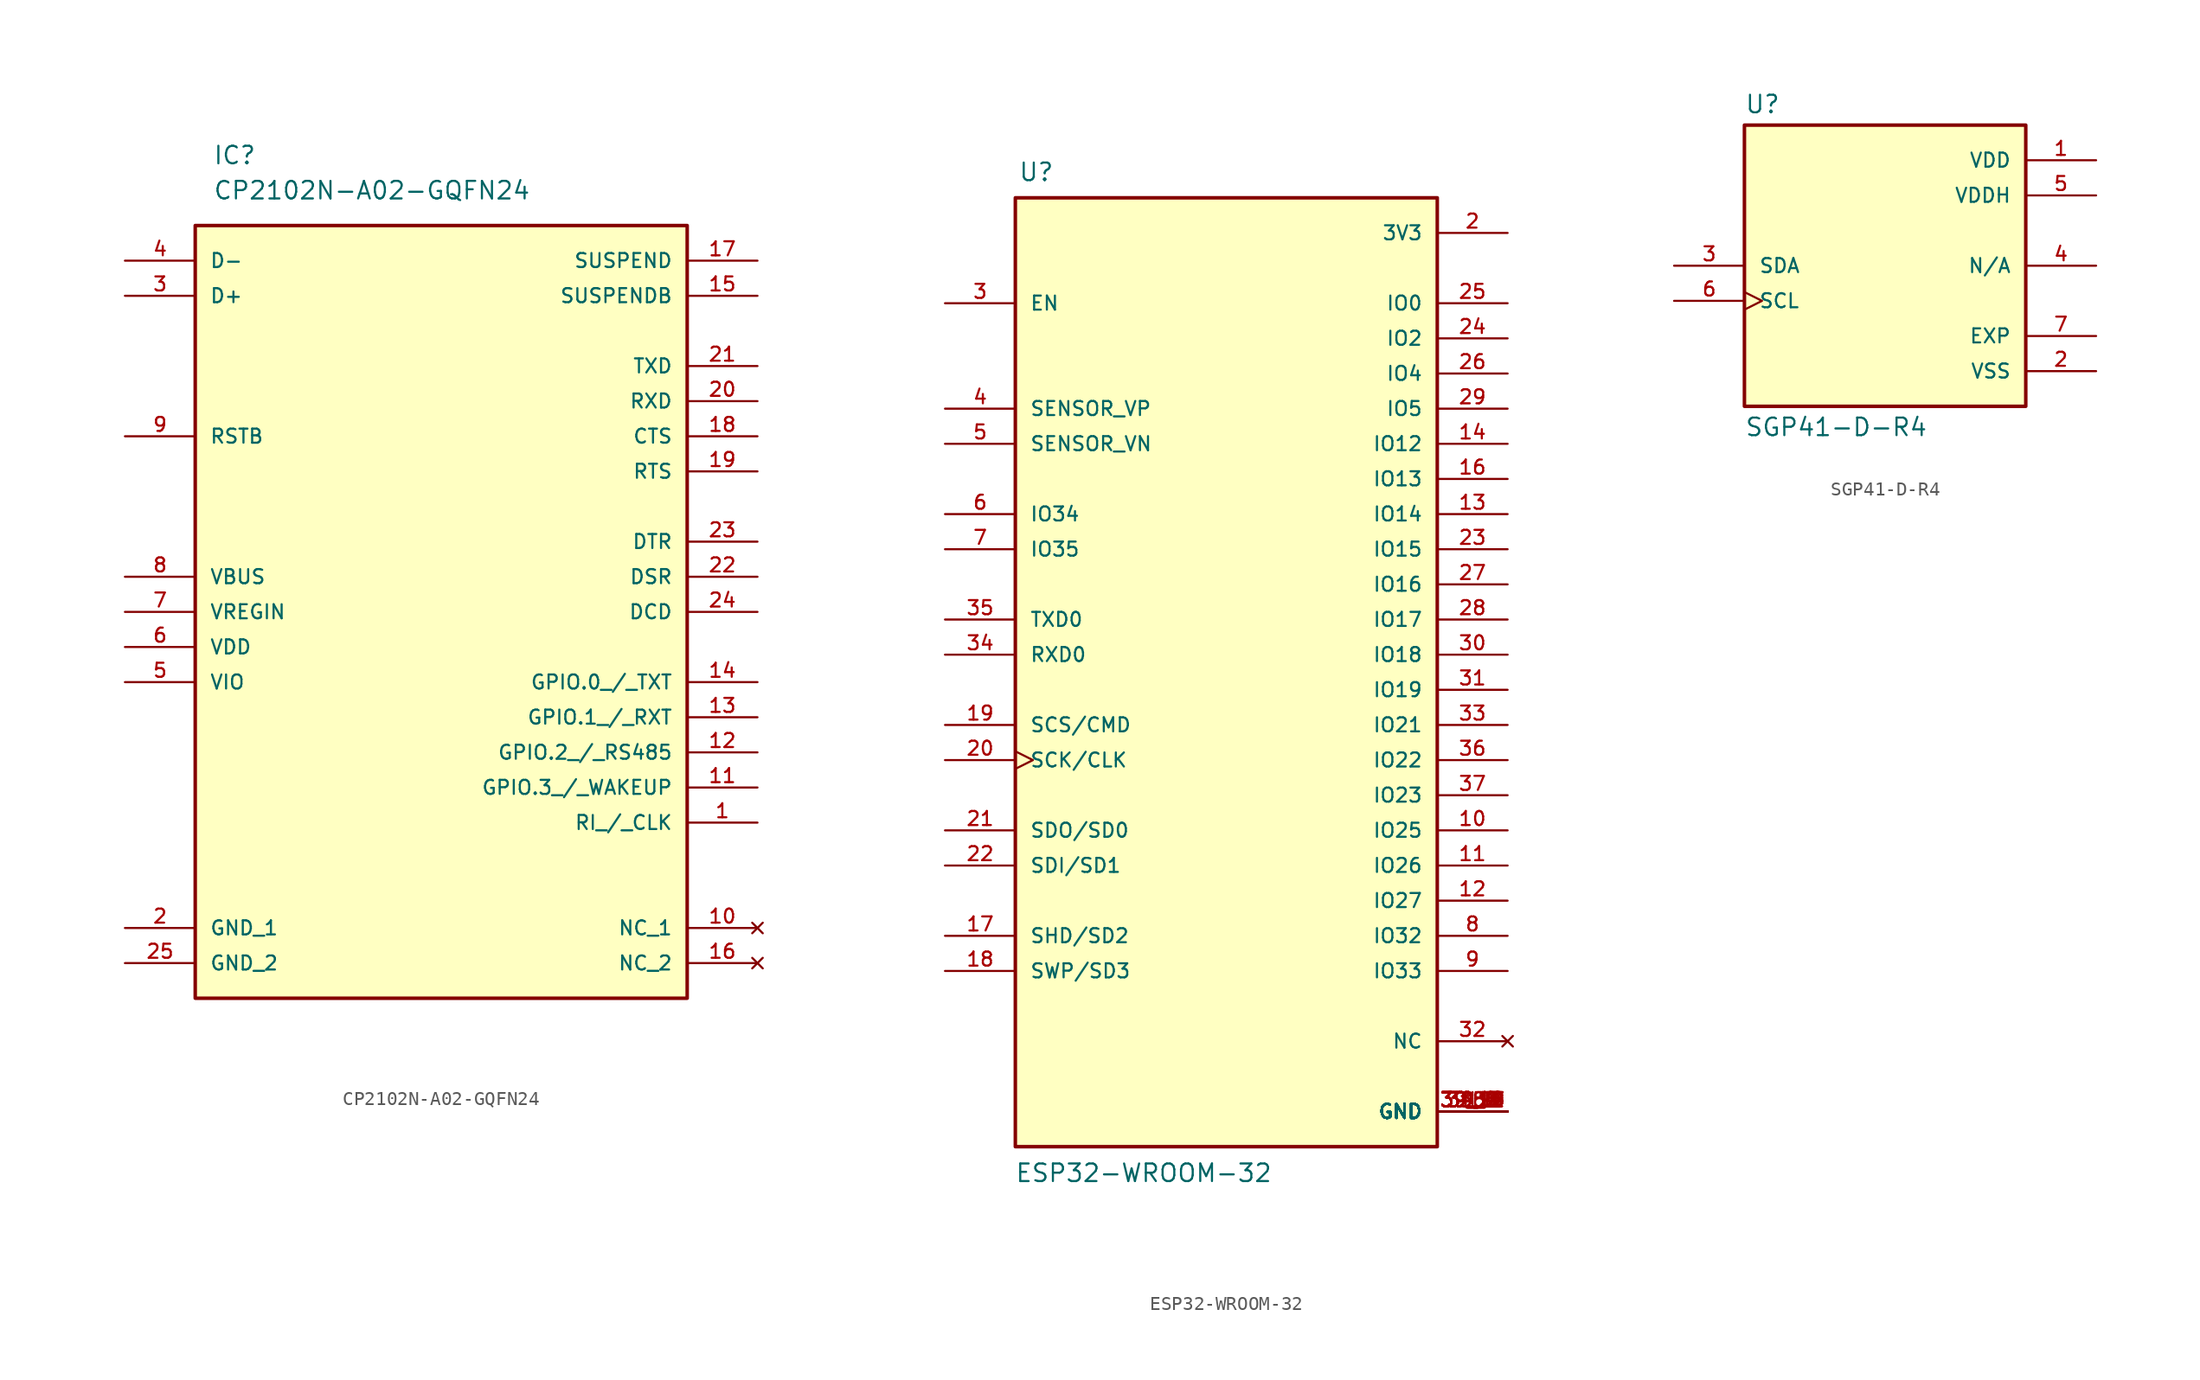
<source format=kicad_sym>
(kicad_symbol_lib
  (version 20211014)
  (generator kicad_symbol_editor)
  (symbol "CP2102N-A02-GQFN24"
    (pin_names
      (offset 1.016))
    (property "Reference" "IC"
      (at -16.51 30.48 0)
      (effects (font (size 1.27 1.27)) (justify left)))
    (property "Value" "CP2102N-A02-GQFN24"
      (at -16.51 27.94 0)
      (effects (font (size 1.27 1.27)) (justify left)))
    (symbol "CP2102N-A02-GQFN24_0_0"
      (rectangle (start -17.78 -30.48) (end 17.78 25.4) (stroke (width 0.254) (type default) (color 0 0 0 0)) (fill (type background)))
      (pin bidirectional line (at 22.86 -17.78 180) (length 5.08) (name "RI_/_CLK" (effects (font (size 1.016 1.016)))) (number "1" (effects (font (size 1.016 1.016)))))
      (pin no_connect line (at 22.86 -25.4 180) (length 5.08) (name "NC_1" (effects (font (size 1.016 1.016)))) (number "10" (effects (font (size 1.016 1.016)))))
      (pin bidirectional line (at 22.86 -15.24 180) (length 5.08) (name "GPIO.3_/_WAKEUP" (effects (font (size 1.016 1.016)))) (number "11" (effects (font (size 1.016 1.016)))))
      (pin bidirectional line (at 22.86 -12.7 180) (length 5.08) (name "GPIO.2_/_RS485" (effects (font (size 1.016 1.016)))) (number "12" (effects (font (size 1.016 1.016)))))
      (pin bidirectional line (at 22.86 -10.16 180) (length 5.08) (name "GPIO.1_/_RXT" (effects (font (size 1.016 1.016)))) (number "13" (effects (font (size 1.016 1.016)))))
      (pin bidirectional line (at 22.86 -7.62 180) (length 5.08) (name "GPIO.0_/_TXT" (effects (font (size 1.016 1.016)))) (number "14" (effects (font (size 1.016 1.016)))))
      (pin output line (at 22.86 20.32 180) (length 5.08) (name "SUSPENDB" (effects (font (size 1.016 1.016)))) (number "15" (effects (font (size 1.016 1.016)))))
      (pin no_connect line (at 22.86 -27.94 180) (length 5.08) (name "NC_2" (effects (font (size 1.016 1.016)))) (number "16" (effects (font (size 1.016 1.016)))))
      (pin output line (at 22.86 22.86 180) (length 5.08) (name "SUSPEND" (effects (font (size 1.016 1.016)))) (number "17" (effects (font (size 1.016 1.016)))))
      (pin bidirectional line (at 22.86 10.16 180) (length 5.08) (name "CTS" (effects (font (size 1.016 1.016)))) (number "18" (effects (font (size 1.016 1.016)))))
      (pin output line (at 22.86 7.62 180) (length 5.08) (name "RTS" (effects (font (size 1.016 1.016)))) (number "19" (effects (font (size 1.016 1.016)))))
      (pin power_in line (at -22.86 -25.4 0) (length 5.08) (name "GND_1" (effects (font (size 1.016 1.016)))) (number "2" (effects (font (size 1.016 1.016)))))
      (pin input line (at 22.86 12.7 180) (length 5.08) (name "RXD" (effects (font (size 1.016 1.016)))) (number "20" (effects (font (size 1.016 1.016)))))
      (pin output line (at 22.86 15.24 180) (length 5.08) (name "TXD" (effects (font (size 1.016 1.016)))) (number "21" (effects (font (size 1.016 1.016)))))
      (pin bidirectional line (at 22.86 0 180) (length 5.08) (name "DSR" (effects (font (size 1.016 1.016)))) (number "22" (effects (font (size 1.016 1.016)))))
      (pin bidirectional line (at 22.86 2.54 180) (length 5.08) (name "DTR" (effects (font (size 1.016 1.016)))) (number "23" (effects (font (size 1.016 1.016)))))
      (pin bidirectional line (at 22.86 -2.54 180) (length 5.08) (name "DCD" (effects (font (size 1.016 1.016)))) (number "24" (effects (font (size 1.016 1.016)))))
      (pin power_in line (at -22.86 -27.94 0) (length 5.08) (name "GND_2" (effects (font (size 1.016 1.016)))) (number "25" (effects (font (size 1.016 1.016)))))
      (pin bidirectional line (at -22.86 20.32 0) (length 5.08) (name "D+" (effects (font (size 1.016 1.016)))) (number "3" (effects (font (size 1.016 1.016)))))
      (pin bidirectional line (at -22.86 22.86 0) (length 5.08) (name "D-" (effects (font (size 1.016 1.016)))) (number "4" (effects (font (size 1.016 1.016)))))
      (pin power_in line (at -22.86 -7.62 0) (length 5.08) (name "VIO" (effects (font (size 1.016 1.016)))) (number "5" (effects (font (size 1.016 1.016)))))
      (pin power_in line (at -22.86 -5.08 0) (length 5.08) (name "VDD" (effects (font (size 1.016 1.016)))) (number "6" (effects (font (size 1.016 1.016)))))
      (pin power_in line (at -22.86 -2.54 0) (length 5.08) (name "VREGIN" (effects (font (size 1.016 1.016)))) (number "7" (effects (font (size 1.016 1.016)))))
      (pin power_in line (at -22.86 0 0) (length 5.08) (name "VBUS" (effects (font (size 1.016 1.016)))) (number "8" (effects (font (size 1.016 1.016)))))
      (pin bidirectional line (at -22.86 10.16 0) (length 5.08) (name "RSTB" (effects (font (size 1.016 1.016)))) (number "9" (effects (font (size 1.016 1.016)))))))
  (symbol "ESP32-WROOM-32"
    (pin_names
      (offset 1.016))
    (property "Reference" "U"
      (at -15.036 36.675 0)
      (effects (font (size 1.27 1.27)) (justify left bottom)))
    (property "Value" "ESP32-WROOM-32"
      (at -15.287 -35.668 0)
      (effects (font (size 1.27 1.27)) (justify left bottom)))
    (symbol "ESP32-WROOM-32_0_0"
      (rectangle (start -15.24 -33.02) (end 15.24 35.56) (stroke (width 0.254) (type default) (color 0 0 0 0)) (fill (type background)))
      (pin power_in line (at 20.32 -30.48 180) (length 5.08) (name "GND" (effects (font (size 1.016 1.016)))) (number "1" (effects (font (size 1.016 1.016)))))
      (pin bidirectional line (at 20.32 -10.16 180) (length 5.08) (name "IO25" (effects (font (size 1.016 1.016)))) (number "10" (effects (font (size 1.016 1.016)))))
      (pin bidirectional line (at 20.32 -12.7 180) (length 5.08) (name "IO26" (effects (font (size 1.016 1.016)))) (number "11" (effects (font (size 1.016 1.016)))))
      (pin bidirectional line (at 20.32 -15.24 180) (length 5.08) (name "IO27" (effects (font (size 1.016 1.016)))) (number "12" (effects (font (size 1.016 1.016)))))
      (pin bidirectional line (at 20.32 12.7 180) (length 5.08) (name "IO14" (effects (font (size 1.016 1.016)))) (number "13" (effects (font (size 1.016 1.016)))))
      (pin bidirectional line (at 20.32 17.78 180) (length 5.08) (name "IO12" (effects (font (size 1.016 1.016)))) (number "14" (effects (font (size 1.016 1.016)))))
      (pin power_in line (at 20.32 -30.48 180) (length 5.08) (name "GND" (effects (font (size 1.016 1.016)))) (number "15" (effects (font (size 1.016 1.016)))))
      (pin bidirectional line (at 20.32 15.24 180) (length 5.08) (name "IO13" (effects (font (size 1.016 1.016)))) (number "16" (effects (font (size 1.016 1.016)))))
      (pin bidirectional line (at -20.32 -17.78 0) (length 5.08) (name "SHD/SD2" (effects (font (size 1.016 1.016)))) (number "17" (effects (font (size 1.016 1.016)))))
      (pin bidirectional line (at -20.32 -20.32 0) (length 5.08) (name "SWP/SD3" (effects (font (size 1.016 1.016)))) (number "18" (effects (font (size 1.016 1.016)))))
      (pin bidirectional line (at -20.32 -2.54 0) (length 5.08) (name "SCS/CMD" (effects (font (size 1.016 1.016)))) (number "19" (effects (font (size 1.016 1.016)))))
      (pin power_in line (at 20.32 33.02 180) (length 5.08) (name "3V3" (effects (font (size 1.016 1.016)))) (number "2" (effects (font (size 1.016 1.016)))))
      (pin bidirectional clock (at -20.32 -5.08 0) (length 5.08) (name "SCK/CLK" (effects (font (size 1.016 1.016)))) (number "20" (effects (font (size 1.016 1.016)))))
      (pin bidirectional line (at -20.32 -10.16 0) (length 5.08) (name "SDO/SD0" (effects (font (size 1.016 1.016)))) (number "21" (effects (font (size 1.016 1.016)))))
      (pin bidirectional line (at -20.32 -12.7 0) (length 5.08) (name "SDI/SD1" (effects (font (size 1.016 1.016)))) (number "22" (effects (font (size 1.016 1.016)))))
      (pin bidirectional line (at 20.32 10.16 180) (length 5.08) (name "IO15" (effects (font (size 1.016 1.016)))) (number "23" (effects (font (size 1.016 1.016)))))
      (pin bidirectional line (at 20.32 25.4 180) (length 5.08) (name "IO2" (effects (font (size 1.016 1.016)))) (number "24" (effects (font (size 1.016 1.016)))))
      (pin bidirectional line (at 20.32 27.94 180) (length 5.08) (name "IO0" (effects (font (size 1.016 1.016)))) (number "25" (effects (font (size 1.016 1.016)))))
      (pin bidirectional line (at 20.32 22.86 180) (length 5.08) (name "IO4" (effects (font (size 1.016 1.016)))) (number "26" (effects (font (size 1.016 1.016)))))
      (pin bidirectional line (at 20.32 7.62 180) (length 5.08) (name "IO16" (effects (font (size 1.016 1.016)))) (number "27" (effects (font (size 1.016 1.016)))))
      (pin bidirectional line (at 20.32 5.08 180) (length 5.08) (name "IO17" (effects (font (size 1.016 1.016)))) (number "28" (effects (font (size 1.016 1.016)))))
      (pin bidirectional line (at 20.32 20.32 180) (length 5.08) (name "IO5" (effects (font (size 1.016 1.016)))) (number "29" (effects (font (size 1.016 1.016)))))
      (pin input line (at -20.32 27.94 0) (length 5.08) (name "EN" (effects (font (size 1.016 1.016)))) (number "3" (effects (font (size 1.016 1.016)))))
      (pin bidirectional line (at 20.32 2.54 180) (length 5.08) (name "IO18" (effects (font (size 1.016 1.016)))) (number "30" (effects (font (size 1.016 1.016)))))
      (pin bidirectional line (at 20.32 0 180) (length 5.08) (name "IO19" (effects (font (size 1.016 1.016)))) (number "31" (effects (font (size 1.016 1.016)))))
      (pin no_connect line (at 20.32 -25.4 180) (length 5.08) (name "NC" (effects (font (size 1.016 1.016)))) (number "32" (effects (font (size 1.016 1.016)))))
      (pin bidirectional line (at 20.32 -2.54 180) (length 5.08) (name "IO21" (effects (font (size 1.016 1.016)))) (number "33" (effects (font (size 1.016 1.016)))))
      (pin bidirectional line (at -20.32 2.54 0) (length 5.08) (name "RXD0" (effects (font (size 1.016 1.016)))) (number "34" (effects (font (size 1.016 1.016)))))
      (pin bidirectional line (at -20.32 5.08 0) (length 5.08) (name "TXD0" (effects (font (size 1.016 1.016)))) (number "35" (effects (font (size 1.016 1.016)))))
      (pin bidirectional line (at 20.32 -5.08 180) (length 5.08) (name "IO22" (effects (font (size 1.016 1.016)))) (number "36" (effects (font (size 1.016 1.016)))))
      (pin bidirectional line (at 20.32 -7.62 180) (length 5.08) (name "IO23" (effects (font (size 1.016 1.016)))) (number "37" (effects (font (size 1.016 1.016)))))
      (pin power_in line (at 20.32 -30.48 180) (length 5.08) (name "GND" (effects (font (size 1.016 1.016)))) (number "38" (effects (font (size 1.016 1.016)))))
      (pin power_in line (at 20.32 -30.48 180) (length 5.08) (name "GND" (effects (font (size 1.016 1.016)))) (number "39_1" (effects (font (size 1.016 1.016)))))
      (pin power_in line (at 20.32 -30.48 180) (length 5.08) (name "GND" (effects (font (size 1.016 1.016)))) (number "39_10" (effects (font (size 1.016 1.016)))))
      (pin power_in line (at 20.32 -30.48 180) (length 5.08) (name "GND" (effects (font (size 1.016 1.016)))) (number "39_11" (effects (font (size 1.016 1.016)))))
      (pin power_in line (at 20.32 -30.48 180) (length 5.08) (name "GND" (effects (font (size 1.016 1.016)))) (number "39_12" (effects (font (size 1.016 1.016)))))
      (pin power_in line (at 20.32 -30.48 180) (length 5.08) (name "GND" (effects (font (size 1.016 1.016)))) (number "39_13" (effects (font (size 1.016 1.016)))))
      (pin power_in line (at 20.32 -30.48 180) (length 5.08) (name "GND" (effects (font (size 1.016 1.016)))) (number "39_14" (effects (font (size 1.016 1.016)))))
      (pin power_in line (at 20.32 -30.48 180) (length 5.08) (name "GND" (effects (font (size 1.016 1.016)))) (number "39_15" (effects (font (size 1.016 1.016)))))
      (pin power_in line (at 20.32 -30.48 180) (length 5.08) (name "GND" (effects (font (size 1.016 1.016)))) (number "39_16" (effects (font (size 1.016 1.016)))))
      (pin power_in line (at 20.32 -30.48 180) (length 5.08) (name "GND" (effects (font (size 1.016 1.016)))) (number "39_17" (effects (font (size 1.016 1.016)))))
      (pin power_in line (at 20.32 -30.48 180) (length 5.08) (name "GND" (effects (font (size 1.016 1.016)))) (number "39_18" (effects (font (size 1.016 1.016)))))
      (pin power_in line (at 20.32 -30.48 180) (length 5.08) (name "GND" (effects (font (size 1.016 1.016)))) (number "39_19" (effects (font (size 1.016 1.016)))))
      (pin power_in line (at 20.32 -30.48 180) (length 5.08) (name "GND" (effects (font (size 1.016 1.016)))) (number "39_2" (effects (font (size 1.016 1.016)))))
      (pin power_in line (at 20.32 -30.48 180) (length 5.08) (name "GND" (effects (font (size 1.016 1.016)))) (number "39_20" (effects (font (size 1.016 1.016)))))
      (pin power_in line (at 20.32 -30.48 180) (length 5.08) (name "GND" (effects (font (size 1.016 1.016)))) (number "39_21" (effects (font (size 1.016 1.016)))))
      (pin power_in line (at 20.32 -30.48 180) (length 5.08) (name "GND" (effects (font (size 1.016 1.016)))) (number "39_3" (effects (font (size 1.016 1.016)))))
      (pin power_in line (at 20.32 -30.48 180) (length 5.08) (name "GND" (effects (font (size 1.016 1.016)))) (number "39_4" (effects (font (size 1.016 1.016)))))
      (pin power_in line (at 20.32 -30.48 180) (length 5.08) (name "GND" (effects (font (size 1.016 1.016)))) (number "39_5" (effects (font (size 1.016 1.016)))))
      (pin power_in line (at 20.32 -30.48 180) (length 5.08) (name "GND" (effects (font (size 1.016 1.016)))) (number "39_6" (effects (font (size 1.016 1.016)))))
      (pin power_in line (at 20.32 -30.48 180) (length 5.08) (name "GND" (effects (font (size 1.016 1.016)))) (number "39_7" (effects (font (size 1.016 1.016)))))
      (pin power_in line (at 20.32 -30.48 180) (length 5.08) (name "GND" (effects (font (size 1.016 1.016)))) (number "39_8" (effects (font (size 1.016 1.016)))))
      (pin power_in line (at 20.32 -30.48 180) (length 5.08) (name "GND" (effects (font (size 1.016 1.016)))) (number "39_9" (effects (font (size 1.016 1.016)))))
      (pin input line (at -20.32 20.32 0) (length 5.08) (name "SENSOR_VP" (effects (font (size 1.016 1.016)))) (number "4" (effects (font (size 1.016 1.016)))))
      (pin input line (at -20.32 17.78 0) (length 5.08) (name "SENSOR_VN" (effects (font (size 1.016 1.016)))) (number "5" (effects (font (size 1.016 1.016)))))
      (pin input line (at -20.32 12.7 0) (length 5.08) (name "IO34" (effects (font (size 1.016 1.016)))) (number "6" (effects (font (size 1.016 1.016)))))
      (pin input line (at -20.32 10.16 0) (length 5.08) (name "IO35" (effects (font (size 1.016 1.016)))) (number "7" (effects (font (size 1.016 1.016)))))
      (pin bidirectional line (at 20.32 -17.78 180) (length 5.08) (name "IO32" (effects (font (size 1.016 1.016)))) (number "8" (effects (font (size 1.016 1.016)))))
      (pin bidirectional line (at 20.32 -20.32 180) (length 5.08) (name "IO33" (effects (font (size 1.016 1.016)))) (number "9" (effects (font (size 1.016 1.016)))))))
  (symbol "SGP41-D-R4"
    (pin_names
      (offset 1.016))
    (property "Reference" "U"
      (at -10.16 10.922 0)
      (effects (font (size 1.27 1.27)) (justify left bottom)))
    (property "Value" "SGP41-D-R4"
      (at -10.16 -10.922 0)
      (effects (font (size 1.27 1.27)) (justify left top)))
    (symbol "SGP41-D-R4_0_0"
      (rectangle (start -10.16 -10.16) (end 10.16 10.16) (stroke (width 0.254) (type default) (color 0 0 0 0)) (fill (type background)))
      (pin power_in line (at 15.24 7.62 180) (length 5.08) (name "VDD" (effects (font (size 1.016 1.016)))) (number "1" (effects (font (size 1.016 1.016)))))
      (pin power_in line (at 15.24 -7.62 180) (length 5.08) (name "VSS" (effects (font (size 1.016 1.016)))) (number "2" (effects (font (size 1.016 1.016)))))
      (pin bidirectional line (at -15.24 0 0) (length 5.08) (name "SDA" (effects (font (size 1.016 1.016)))) (number "3" (effects (font (size 1.016 1.016)))))
      (pin passive line (at 15.24 0 180) (length 5.08) (name "N/A" (effects (font (size 1.016 1.016)))) (number "4" (effects (font (size 1.016 1.016)))))
      (pin power_in line (at 15.24 5.08 180) (length 5.08) (name "VDDH" (effects (font (size 1.016 1.016)))) (number "5" (effects (font (size 1.016 1.016)))))
      (pin bidirectional clock (at -15.24 -2.54 0) (length 5.08) (name "SCL" (effects (font (size 1.016 1.016)))) (number "6" (effects (font (size 1.016 1.016)))))
      (pin power_in line (at 15.24 -5.08 180) (length 5.08) (name "EXP" (effects (font (size 1.016 1.016)))) (number "7" (effects (font (size 1.016 1.016))))))))
</source>
